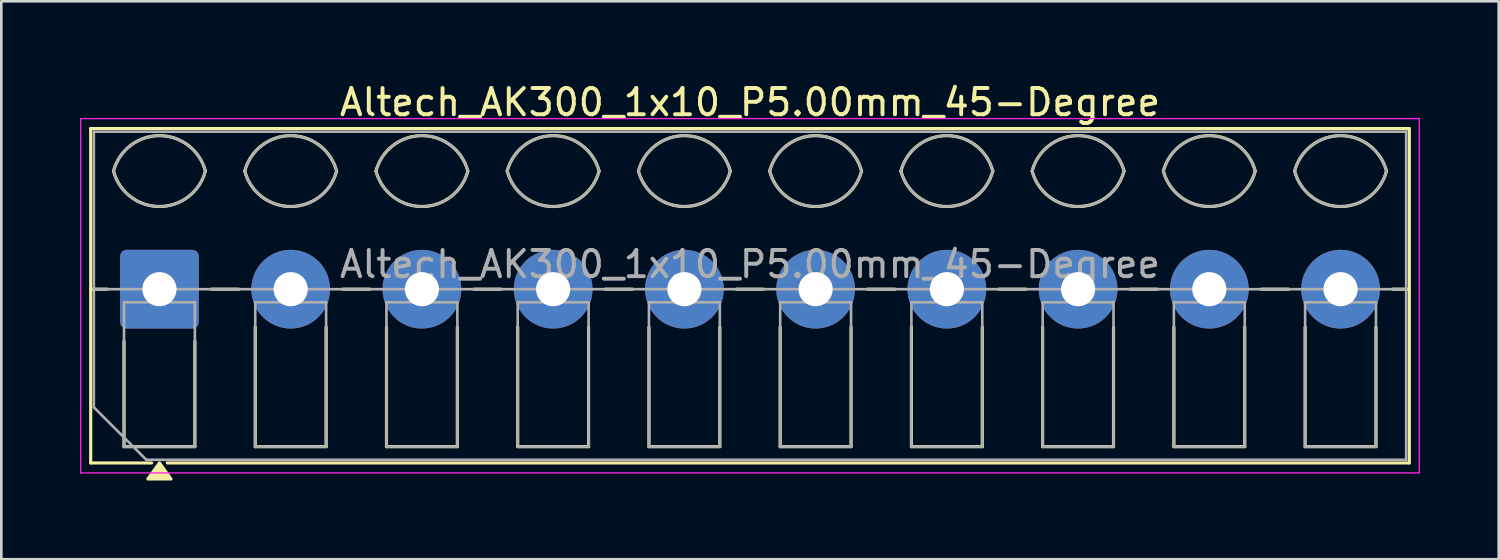
<source format=kicad_pcb>
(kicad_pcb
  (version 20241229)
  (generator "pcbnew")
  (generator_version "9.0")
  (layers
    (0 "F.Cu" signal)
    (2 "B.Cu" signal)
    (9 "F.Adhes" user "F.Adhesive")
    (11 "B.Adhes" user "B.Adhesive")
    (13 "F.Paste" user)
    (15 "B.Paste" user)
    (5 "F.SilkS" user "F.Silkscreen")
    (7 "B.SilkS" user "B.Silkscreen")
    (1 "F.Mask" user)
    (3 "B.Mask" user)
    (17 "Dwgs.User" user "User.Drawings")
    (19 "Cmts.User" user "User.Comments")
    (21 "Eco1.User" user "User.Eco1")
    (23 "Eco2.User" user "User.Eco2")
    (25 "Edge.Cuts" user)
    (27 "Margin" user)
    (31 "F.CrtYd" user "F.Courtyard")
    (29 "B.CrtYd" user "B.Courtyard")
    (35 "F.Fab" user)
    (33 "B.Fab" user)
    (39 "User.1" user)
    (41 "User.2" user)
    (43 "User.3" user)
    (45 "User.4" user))
  (footprint "Altech_AK300_1x10_P5.00mm_45-Degree"
    (layer "F.Cu")
    (at 3.025 7.968)
    (property "Reference" "Altech_AK300_1x10_P5.00mm_45-Degree" (at 22.5 -7.12 0) (layer "F.SilkS") (effects (font (size 1 1) (thickness 0.15))))
    (attr through_hole)
    (fp_line (start -2.62 -6.12) (end 47.62 -6.12) (stroke (width 0.12) (type solid)) (layer "F.SilkS"))
    (fp_line (start -2.62 0) (end -1.98 0) (stroke (width 0.12) (type solid)) (layer "F.SilkS"))
    (fp_line (start -2.62 6.62) (end -2.62 -6.12) (stroke (width 0.12) (type solid)) (layer "F.SilkS"))
    (fp_line (start -1.35 6) (end -1.35 1.98) (stroke (width 0.12) (type solid)) (layer "F.SilkS"))
    (fp_line (start -0.3 6.62) (end -2.62 6.62) (stroke (width 0.12) (type solid)) (layer "F.SilkS"))
    (fp_line (start 1.35 1.98) (end 1.35 6) (stroke (width 0.12) (type solid)) (layer "F.SilkS"))
    (fp_line (start 1.35 6) (end -1.35 6) (stroke (width 0.12) (type solid)) (layer "F.SilkS"))
    (fp_line (start 1.98 0) (end 3.02 0) (stroke (width 0.12) (type solid)) (layer "F.SilkS"))
    (fp_line (start 3.65 6) (end 3.65 1.448) (stroke (width 0.12) (type solid)) (layer "F.SilkS"))
    (fp_line (start 6.35 1.448) (end 6.35 6) (stroke (width 0.12) (type solid)) (layer "F.SilkS"))
    (fp_line (start 6.35 6) (end 3.65 6) (stroke (width 0.12) (type solid)) (layer "F.SilkS"))
    (fp_line (start 6.98 0) (end 8.02 0) (stroke (width 0.12) (type solid)) (layer "F.SilkS"))
    (fp_line (start 8.65 6) (end 8.65 1.448) (stroke (width 0.12) (type solid)) (layer "F.SilkS"))
    (fp_line (start 11.35 1.448) (end 11.35 6) (stroke (width 0.12) (type solid)) (layer "F.SilkS"))
    (fp_line (start 11.35 6) (end 8.65 6) (stroke (width 0.12) (type solid)) (layer "F.SilkS"))
    (fp_line (start 11.98 0) (end 13.02 0) (stroke (width 0.12) (type solid)) (layer "F.SilkS"))
    (fp_line (start 13.65 6) (end 13.65 1.448) (stroke (width 0.12) (type solid)) (layer "F.SilkS"))
    (fp_line (start 16.35 1.448) (end 16.35 6) (stroke (width 0.12) (type solid)) (layer "F.SilkS"))
    (fp_line (start 16.35 6) (end 13.65 6) (stroke (width 0.12) (type solid)) (layer "F.SilkS"))
    (fp_line (start 16.98 0) (end 18.02 0) (stroke (width 0.12) (type solid)) (layer "F.SilkS"))
    (fp_line (start 18.65 6) (end 18.65 1.448) (stroke (width 0.12) (type solid)) (layer "F.SilkS"))
    (fp_line (start 21.35 1.448) (end 21.35 6) (stroke (width 0.12) (type solid)) (layer "F.SilkS"))
    (fp_line (start 21.35 6) (end 18.65 6) (stroke (width 0.12) (type solid)) (layer "F.SilkS"))
    (fp_line (start 21.98 0) (end 23.02 0) (stroke (width 0.12) (type solid)) (layer "F.SilkS"))
    (fp_line (start 23.65 6) (end 23.65 1.448) (stroke (width 0.12) (type solid)) (layer "F.SilkS"))
    (fp_line (start 26.35 1.448) (end 26.35 6) (stroke (width 0.12) (type solid)) (layer "F.SilkS"))
    (fp_line (start 26.35 6) (end 23.65 6) (stroke (width 0.12) (type solid)) (layer "F.SilkS"))
    (fp_line (start 26.98 0) (end 28.02 0) (stroke (width 0.12) (type solid)) (layer "F.SilkS"))
    (fp_line (start 28.65 6) (end 28.65 1.448) (stroke (width 0.12) (type solid)) (layer "F.SilkS"))
    (fp_line (start 31.35 1.448) (end 31.35 6) (stroke (width 0.12) (type solid)) (layer "F.SilkS"))
    (fp_line (start 31.35 6) (end 28.65 6) (stroke (width 0.12) (type solid)) (layer "F.SilkS"))
    (fp_line (start 31.98 0) (end 33.02 0) (stroke (width 0.12) (type solid)) (layer "F.SilkS"))
    (fp_line (start 33.65 6) (end 33.65 1.448) (stroke (width 0.12) (type solid)) (layer "F.SilkS"))
    (fp_line (start 36.35 1.448) (end 36.35 6) (stroke (width 0.12) (type solid)) (layer "F.SilkS"))
    (fp_line (start 36.35 6) (end 33.65 6) (stroke (width 0.12) (type solid)) (layer "F.SilkS"))
    (fp_line (start 36.98 0) (end 38.02 0) (stroke (width 0.12) (type solid)) (layer "F.SilkS"))
    (fp_line (start 38.65 6) (end 38.65 1.448) (stroke (width 0.12) (type solid)) (layer "F.SilkS"))
    (fp_line (start 41.35 1.448) (end 41.35 6) (stroke (width 0.12) (type solid)) (layer "F.SilkS"))
    (fp_line (start 41.35 6) (end 38.65 6) (stroke (width 0.12) (type solid)) (layer "F.SilkS"))
    (fp_line (start 41.98 0) (end 43.02 0) (stroke (width 0.12) (type solid)) (layer "F.SilkS"))
    (fp_line (start 43.65 6) (end 43.65 1.448) (stroke (width 0.12) (type solid)) (layer "F.SilkS"))
    (fp_line (start 46.35 1.448) (end 46.35 6) (stroke (width 0.12) (type solid)) (layer "F.SilkS"))
    (fp_line (start 46.35 6) (end 43.65 6) (stroke (width 0.12) (type solid)) (layer "F.SilkS"))
    (fp_line (start 46.98 0) (end 47.62 0) (stroke (width 0.12) (type solid)) (layer "F.SilkS"))
    (fp_line (start 47.62 -6.12) (end 47.62 6.62) (stroke (width 0.12) (type solid)) (layer "F.SilkS"))
    (fp_line (start 47.62 6.62) (end 0.3 6.62) (stroke (width 0.12) (type solid)) (layer "F.SilkS"))
    (fp_arc (start -1.75 -4.5) (mid 0 -5.85) (end 1.75 -4.5) (stroke (width 0.12) (type solid)) (layer "F.SilkS"))
    (fp_arc (start 1.75 -4.5) (mid 0 -3.15) (end -1.75 -4.5) (stroke (width 0.12) (type solid)) (layer "F.SilkS"))
    (fp_arc (start 3.25 -4.5) (mid 5 -5.85) (end 6.75 -4.5) (stroke (width 0.12) (type solid)) (layer "F.SilkS"))
    (fp_arc (start 6.75 -4.5) (mid 5 -3.15) (end 3.25 -4.5) (stroke (width 0.12) (type solid)) (layer "F.SilkS"))
    (fp_arc (start 8.25 -4.5) (mid 10 -5.85) (end 11.75 -4.5) (stroke (width 0.12) (type solid)) (layer "F.SilkS"))
    (fp_arc (start 11.75 -4.5) (mid 10 -3.15) (end 8.25 -4.5) (stroke (width 0.12) (type solid)) (layer "F.SilkS"))
    (fp_arc (start 13.25 -4.5) (mid 15 -5.85) (end 16.75 -4.5) (stroke (width 0.12) (type solid)) (layer "F.SilkS"))
    (fp_arc (start 16.75 -4.5) (mid 15 -3.15) (end 13.25 -4.5) (stroke (width 0.12) (type solid)) (layer "F.SilkS"))
    (fp_arc (start 18.25 -4.5) (mid 20 -5.85) (end 21.75 -4.5) (stroke (width 0.12) (type solid)) (layer "F.SilkS"))
    (fp_arc (start 21.75 -4.5) (mid 20 -3.15) (end 18.25 -4.5) (stroke (width 0.12) (type solid)) (layer "F.SilkS"))
    (fp_arc (start 23.25 -4.5) (mid 25 -5.85) (end 26.75 -4.5) (stroke (width 0.12) (type solid)) (layer "F.SilkS"))
    (fp_arc (start 26.75 -4.5) (mid 25 -3.15) (end 23.25 -4.5) (stroke (width 0.12) (type solid)) (layer "F.SilkS"))
    (fp_arc (start 28.25 -4.5) (mid 30 -5.85) (end 31.75 -4.5) (stroke (width 0.12) (type solid)) (layer "F.SilkS"))
    (fp_arc (start 31.75 -4.5) (mid 30 -3.15) (end 28.25 -4.5) (stroke (width 0.12) (type solid)) (layer "F.SilkS"))
    (fp_arc (start 33.25 -4.5) (mid 35 -5.85) (end 36.75 -4.5) (stroke (width 0.12) (type solid)) (layer "F.SilkS"))
    (fp_arc (start 36.75 -4.5) (mid 35 -3.15) (end 33.25 -4.5) (stroke (width 0.12) (type solid)) (layer "F.SilkS"))
    (fp_arc (start 38.25 -4.5) (mid 40 -5.85) (end 41.75 -4.5) (stroke (width 0.12) (type solid)) (layer "F.SilkS"))
    (fp_arc (start 41.75 -4.5) (mid 40 -3.15) (end 38.25 -4.5) (stroke (width 0.12) (type solid)) (layer "F.SilkS"))
    (fp_arc (start 43.25 -4.5) (mid 45 -5.85) (end 46.75 -4.5) (stroke (width 0.12) (type solid)) (layer "F.SilkS"))
    (fp_arc (start 46.75 -4.5) (mid 45 -3.15) (end 43.25 -4.5) (stroke (width 0.12) (type solid)) (layer "F.SilkS"))
    (fp_poly (pts (xy 0 6.62) (xy 0.44 7.23) (xy -0.44 7.23)) (stroke (width 0.12) (type solid)) (fill yes) (layer "F.SilkS"))
    (fp_line (start -3 -6.5) (end -3 7) (stroke (width 0.05) (type solid)) (layer "F.CrtYd"))
    (fp_line (start -3 7) (end 48 7) (stroke (width 0.05) (type solid)) (layer "F.CrtYd"))
    (fp_line (start 48 -6.5) (end -3 -6.5) (stroke (width 0.05) (type solid)) (layer "F.CrtYd"))
    (fp_line (start 48 7) (end 48 -6.5) (stroke (width 0.05) (type solid)) (layer "F.CrtYd"))
    (fp_line (start -2.5 -6) (end 47.5 -6) (stroke (width 0.1) (type solid)) (layer "F.Fab"))
    (fp_line (start -2.5 0) (end 47.5 0) (stroke (width 0.1) (type solid)) (layer "F.Fab"))
    (fp_line (start -2.5 4.5) (end -2.5 -6) (stroke (width 0.1) (type solid)) (layer "F.Fab"))
    (fp_line (start -1.35 0.5) (end -1.35 6) (stroke (width 0.1) (type solid)) (layer "F.Fab"))
    (fp_line (start -1.35 6) (end 1.35 6) (stroke (width 0.1) (type solid)) (layer "F.Fab"))
    (fp_line (start -0.5 6.5) (end -2.5 4.5) (stroke (width 0.1) (type solid)) (layer "F.Fab"))
    (fp_line (start 1.35 0.5) (end -1.35 0.5) (stroke (width 0.1) (type solid)) (layer "F.Fab"))
    (fp_line (start 1.35 6) (end 1.35 0.5) (stroke (width 0.1) (type solid)) (layer "F.Fab"))
    (fp_line (start 3.65 0.5) (end 3.65 6) (stroke (width 0.1) (type solid)) (layer "F.Fab"))
    (fp_line (start 3.65 6) (end 6.35 6) (stroke (width 0.1) (type solid)) (layer "F.Fab"))
    (fp_line (start 6.35 0.5) (end 3.65 0.5) (stroke (width 0.1) (type solid)) (layer "F.Fab"))
    (fp_line (start 6.35 6) (end 6.35 0.5) (stroke (width 0.1) (type solid)) (layer "F.Fab"))
    (fp_line (start 8.65 0.5) (end 8.65 6) (stroke (width 0.1) (type solid)) (layer "F.Fab"))
    (fp_line (start 8.65 6) (end 11.351 6) (stroke (width 0.1) (type solid)) (layer "F.Fab"))
    (fp_line (start 11.351 0.5) (end 8.65 0.5) (stroke (width 0.1) (type solid)) (layer "F.Fab"))
    (fp_line (start 11.351 6) (end 11.351 0.5) (stroke (width 0.1) (type solid)) (layer "F.Fab"))
    (fp_line (start 13.65 0.5) (end 13.65 6) (stroke (width 0.1) (type solid)) (layer "F.Fab"))
    (fp_line (start 13.65 6) (end 16.351 6) (stroke (width 0.1) (type solid)) (layer "F.Fab"))
    (fp_line (start 16.351 0.5) (end 13.65 0.5) (stroke (width 0.1) (type solid)) (layer "F.Fab"))
    (fp_line (start 16.351 6) (end 16.351 0.5) (stroke (width 0.1) (type solid)) (layer "F.Fab"))
    (fp_line (start 18.65 0.5) (end 18.65 6) (stroke (width 0.1) (type solid)) (layer "F.Fab"))
    (fp_line (start 18.65 6) (end 21.35 6) (stroke (width 0.1) (type solid)) (layer "F.Fab"))
    (fp_line (start 21.35 0.5) (end 18.65 0.5) (stroke (width 0.1) (type solid)) (layer "F.Fab"))
    (fp_line (start 21.35 6) (end 21.35 0.5) (stroke (width 0.1) (type solid)) (layer "F.Fab"))
    (fp_line (start 23.65 0.5) (end 23.65 6) (stroke (width 0.1) (type solid)) (layer "F.Fab"))
    (fp_line (start 23.65 6) (end 26.35 6) (stroke (width 0.1) (type solid)) (layer "F.Fab"))
    (fp_line (start 26.35 0.5) (end 23.65 0.5) (stroke (width 0.1) (type solid)) (layer "F.Fab"))
    (fp_line (start 26.35 6) (end 26.35 0.5) (stroke (width 0.1) (type solid)) (layer "F.Fab"))
    (fp_line (start 28.65 0.5) (end 28.65 6) (stroke (width 0.1) (type solid)) (layer "F.Fab"))
    (fp_line (start 28.65 6) (end 31.35 6) (stroke (width 0.1) (type solid)) (layer "F.Fab"))
    (fp_line (start 31.35 0.5) (end 28.65 0.5) (stroke (width 0.1) (type solid)) (layer "F.Fab"))
    (fp_line (start 31.35 6) (end 31.35 0.5) (stroke (width 0.1) (type solid)) (layer "F.Fab"))
    (fp_line (start 33.65 0.5) (end 33.65 6) (stroke (width 0.1) (type solid)) (layer "F.Fab"))
    (fp_line (start 33.65 6) (end 36.35 6) (stroke (width 0.1) (type solid)) (layer "F.Fab"))
    (fp_line (start 36.35 0.5) (end 33.65 0.5) (stroke (width 0.1) (type solid)) (layer "F.Fab"))
    (fp_line (start 36.35 6) (end 36.35 0.5) (stroke (width 0.1) (type solid)) (layer "F.Fab"))
    (fp_line (start 38.65 0.5) (end 38.65 6) (stroke (width 0.1) (type solid)) (layer "F.Fab"))
    (fp_line (start 38.65 6) (end 41.35 6) (stroke (width 0.1) (type solid)) (layer "F.Fab"))
    (fp_line (start 41.35 0.5) (end 38.65 0.5) (stroke (width 0.1) (type solid)) (layer "F.Fab"))
    (fp_line (start 41.35 6) (end 41.35 0.5) (stroke (width 0.1) (type solid)) (layer "F.Fab"))
    (fp_line (start 43.65 0.5) (end 43.65 6) (stroke (width 0.1) (type solid)) (layer "F.Fab"))
    (fp_line (start 43.65 6) (end 46.35 6) (stroke (width 0.1) (type solid)) (layer "F.Fab"))
    (fp_line (start 46.35 0.5) (end 43.65 0.5) (stroke (width 0.1) (type solid)) (layer "F.Fab"))
    (fp_line (start 46.35 6) (end 46.35 0.5) (stroke (width 0.1) (type solid)) (layer "F.Fab"))
    (fp_line (start 47.5 -6) (end 47.5 6.5) (stroke (width 0.1) (type solid)) (layer "F.Fab"))
    (fp_line (start 47.5 6.5) (end -0.5 6.5) (stroke (width 0.1) (type solid)) (layer "F.Fab"))
    (fp_arc (start -1.75 -4.5) (mid 0 -5.85) (end 1.75 -4.5) (stroke (width 0.1) (type solid)) (layer "F.Fab"))
    (fp_arc (start 1.75 -4.5) (mid 0 -3.15) (end -1.75 -4.5) (stroke (width 0.1) (type solid)) (layer "F.Fab"))
    (fp_arc (start 3.25 -4.5) (mid 5 -5.85) (end 6.75 -4.5) (stroke (width 0.1) (type solid)) (layer "F.Fab"))
    (fp_arc (start 6.75 -4.5) (mid 5 -3.15) (end 3.25 -4.5) (stroke (width 0.1) (type solid)) (layer "F.Fab"))
    (fp_arc (start 8.25 -4.5) (mid 10 -5.85) (end 11.75 -4.5) (stroke (width 0.1) (type solid)) (layer "F.Fab"))
    (fp_arc (start 11.75 -4.5) (mid 10 -3.15) (end 8.25 -4.5) (stroke (width 0.1) (type solid)) (layer "F.Fab"))
    (fp_arc (start 13.25 -4.5) (mid 15 -5.85) (end 16.75 -4.5) (stroke (width 0.1) (type solid)) (layer "F.Fab"))
    (fp_arc (start 16.75 -4.5) (mid 15 -3.15) (end 13.25 -4.5) (stroke (width 0.1) (type solid)) (layer "F.Fab"))
    (fp_arc (start 18.25 -4.5) (mid 20 -5.85) (end 21.75 -4.5) (stroke (width 0.1) (type solid)) (layer "F.Fab"))
    (fp_arc (start 21.75 -4.5) (mid 20 -3.15) (end 18.25 -4.5) (stroke (width 0.1) (type solid)) (layer "F.Fab"))
    (fp_arc (start 23.25 -4.5) (mid 25 -5.85) (end 26.75 -4.5) (stroke (width 0.1) (type solid)) (layer "F.Fab"))
    (fp_arc (start 26.75 -4.5) (mid 25 -3.15) (end 23.25 -4.5) (stroke (width 0.1) (type solid)) (layer "F.Fab"))
    (fp_arc (start 28.25 -4.5) (mid 30 -5.85) (end 31.75 -4.5) (stroke (width 0.1) (type solid)) (layer "F.Fab"))
    (fp_arc (start 31.75 -4.5) (mid 30 -3.15) (end 28.25 -4.5) (stroke (width 0.1) (type solid)) (layer "F.Fab"))
    (fp_arc (start 33.25 -4.5) (mid 35 -5.85) (end 36.75 -4.5) (stroke (width 0.1) (type solid)) (layer "F.Fab"))
    (fp_arc (start 36.75 -4.5) (mid 35 -3.15) (end 33.25 -4.5) (stroke (width 0.1) (type solid)) (layer "F.Fab"))
    (fp_arc (start 38.25 -4.5) (mid 40 -5.85) (end 41.75 -4.5) (stroke (width 0.1) (type solid)) (layer "F.Fab"))
    (fp_arc (start 41.75 -4.5) (mid 40 -3.15) (end 38.25 -4.5) (stroke (width 0.1) (type solid)) (layer "F.Fab"))
    (fp_arc (start 43.25 -4.5) (mid 45 -5.85) (end 46.75 -4.5) (stroke (width 0.1) (type solid)) (layer "F.Fab"))
    (fp_arc (start 46.75 -4.5) (mid 45 -3.15) (end 43.25 -4.5) (stroke (width 0.1) (type solid)) (layer "F.Fab"))
    (fp_text user "${REFERENCE}" (at 22.5 -0.95 0) (layer "F.Fab") (effects (font (size 1 1) (thickness 0.15))))
    (pad "1" thru_hole roundrect (at 0 0) (size 3 3) (drill 1.3) (layers "*.Cu" "*.Mask") (roundrect_rratio 0.083))
    (pad "2" thru_hole circle (at 5 0) (size 3 3) (drill 1.3) (layers "*.Cu" "*.Mask"))
    (pad "3" thru_hole circle (at 10 0) (size 3 3) (drill 1.3) (layers "*.Cu" "*.Mask"))
    (pad "4" thru_hole circle (at 15 0) (size 3 3) (drill 1.3) (layers "*.Cu" "*.Mask"))
    (pad "5" thru_hole circle (at 20 0) (size 3 3) (drill 1.3) (layers "*.Cu" "*.Mask"))
    (pad "6" thru_hole circle (at 25 0) (size 3 3) (drill 1.3) (layers "*.Cu" "*.Mask"))
    (pad "7" thru_hole circle (at 30 0) (size 3 3) (drill 1.3) (layers "*.Cu" "*.Mask"))
    (pad "8" thru_hole circle (at 35 0) (size 3 3) (drill 1.3) (layers "*.Cu" "*.Mask"))
    (pad "9" thru_hole circle (at 40 0) (size 3 3) (drill 1.3) (layers "*.Cu" "*.Mask"))
    (pad "10" thru_hole circle (at 45 0) (size 3 3) (drill 1.3) (layers "*.Cu" "*.Mask")))
  (gr_rect
    (start -3 -3)
    (end 54.05 18.258)
    (stroke (width 0.1) (type default))
    (fill no)
    (layer "Edge.Cuts")))
</source>
